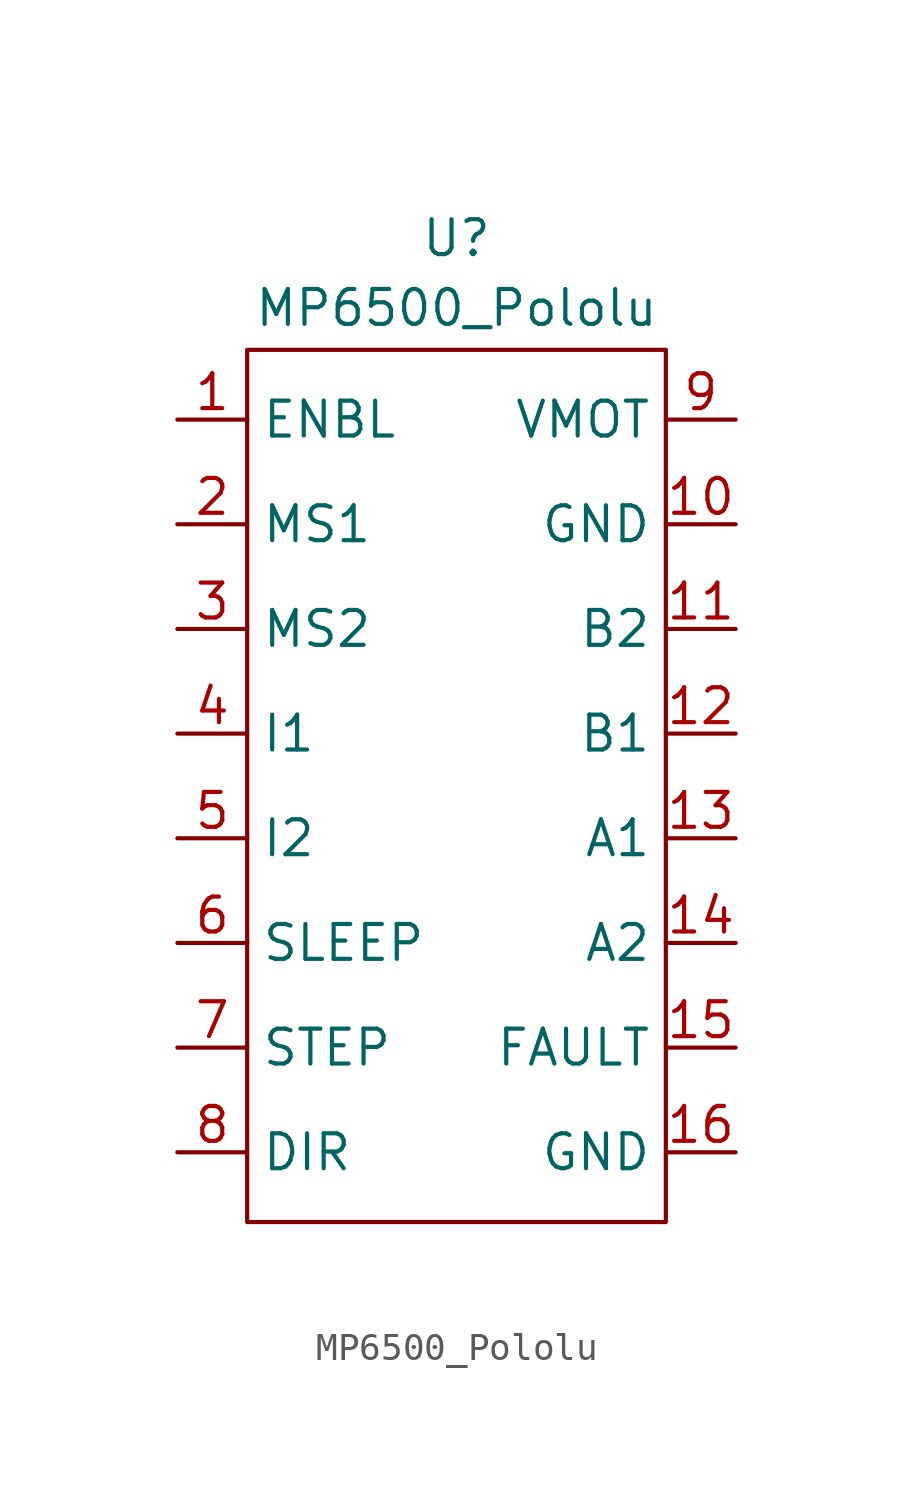
<source format=kicad_sym>
(kicad_symbol_lib
  (version 20231120)
  (generator "kicad_symbol_editor")
  (generator_version "8.0")
  (symbol "MP6500_Pololu"
    (property "Reference" "U"
      (at 0 7.874 0)
      (effects (font (size 1.27 1.27))))
    (property "Value" "MP6500_Pololu"
      (at 0 5.334 0)
      (effects (font (size 1.27 1.27))))
    (symbol "MP6500_Pololu_0_1"
      (rectangle (start -7.62 3.81) (end 7.62 -27.94) (stroke (width 0) (type default)) (fill (type none))))
    (symbol "MP6500_Pololu_1_1"
      (pin bidirectional line (at -10.16 1.27 0) (length 2.54) (name "ENBL" (effects (font (size 1.27 1.27)))) (number "1" (effects (font (size 1.27 1.27)))))
      (pin bidirectional line (at 10.16 -2.54 180) (length 2.54) (name "GND" (effects (font (size 1.27 1.27)))) (number "10" (effects (font (size 1.27 1.27)))))
      (pin bidirectional line (at 10.16 -6.35 180) (length 2.54) (name "B2" (effects (font (size 1.27 1.27)))) (number "11" (effects (font (size 1.27 1.27)))))
      (pin bidirectional line (at 10.16 -10.16 180) (length 2.54) (name "B1" (effects (font (size 1.27 1.27)))) (number "12" (effects (font (size 1.27 1.27)))))
      (pin bidirectional line (at 10.16 -13.97 180) (length 2.54) (name "A1" (effects (font (size 1.27 1.27)))) (number "13" (effects (font (size 1.27 1.27)))))
      (pin bidirectional line (at 10.16 -17.78 180) (length 2.54) (name "A2" (effects (font (size 1.27 1.27)))) (number "14" (effects (font (size 1.27 1.27)))))
      (pin bidirectional line (at 10.16 -21.59 180) (length 2.54) (name "FAULT" (effects (font (size 1.27 1.27)))) (number "15" (effects (font (size 1.27 1.27)))))
      (pin bidirectional line (at 10.16 -25.4 180) (length 2.54) (name "GND" (effects (font (size 1.27 1.27)))) (number "16" (effects (font (size 1.27 1.27)))))
      (pin bidirectional line (at -10.16 -2.54 0) (length 2.54) (name "MS1" (effects (font (size 1.27 1.27)))) (number "2" (effects (font (size 1.27 1.27)))))
      (pin bidirectional line (at -10.16 -6.35 0) (length 2.54) (name "MS2" (effects (font (size 1.27 1.27)))) (number "3" (effects (font (size 1.27 1.27)))))
      (pin bidirectional line (at -10.16 -10.16 0) (length 2.54) (name "I1" (effects (font (size 1.27 1.27)))) (number "4" (effects (font (size 1.27 1.27)))))
      (pin bidirectional line (at -10.16 -13.97 0) (length 2.54) (name "I2" (effects (font (size 1.27 1.27)))) (number "5" (effects (font (size 1.27 1.27)))))
      (pin bidirectional line (at -10.16 -17.78 0) (length 2.54) (name "SLEEP" (effects (font (size 1.27 1.27)))) (number "6" (effects (font (size 1.27 1.27)))))
      (pin bidirectional line (at -10.16 -21.59 0) (length 2.54) (name "STEP" (effects (font (size 1.27 1.27)))) (number "7" (effects (font (size 1.27 1.27)))))
      (pin bidirectional line (at -10.16 -25.4 0) (length 2.54) (name "DIR" (effects (font (size 1.27 1.27)))) (number "8" (effects (font (size 1.27 1.27)))))
      (pin bidirectional line (at 10.16 1.27 180) (length 2.54) (name "VMOT" (effects (font (size 1.27 1.27)))) (number "9" (effects (font (size 1.27 1.27))))))))
</source>
